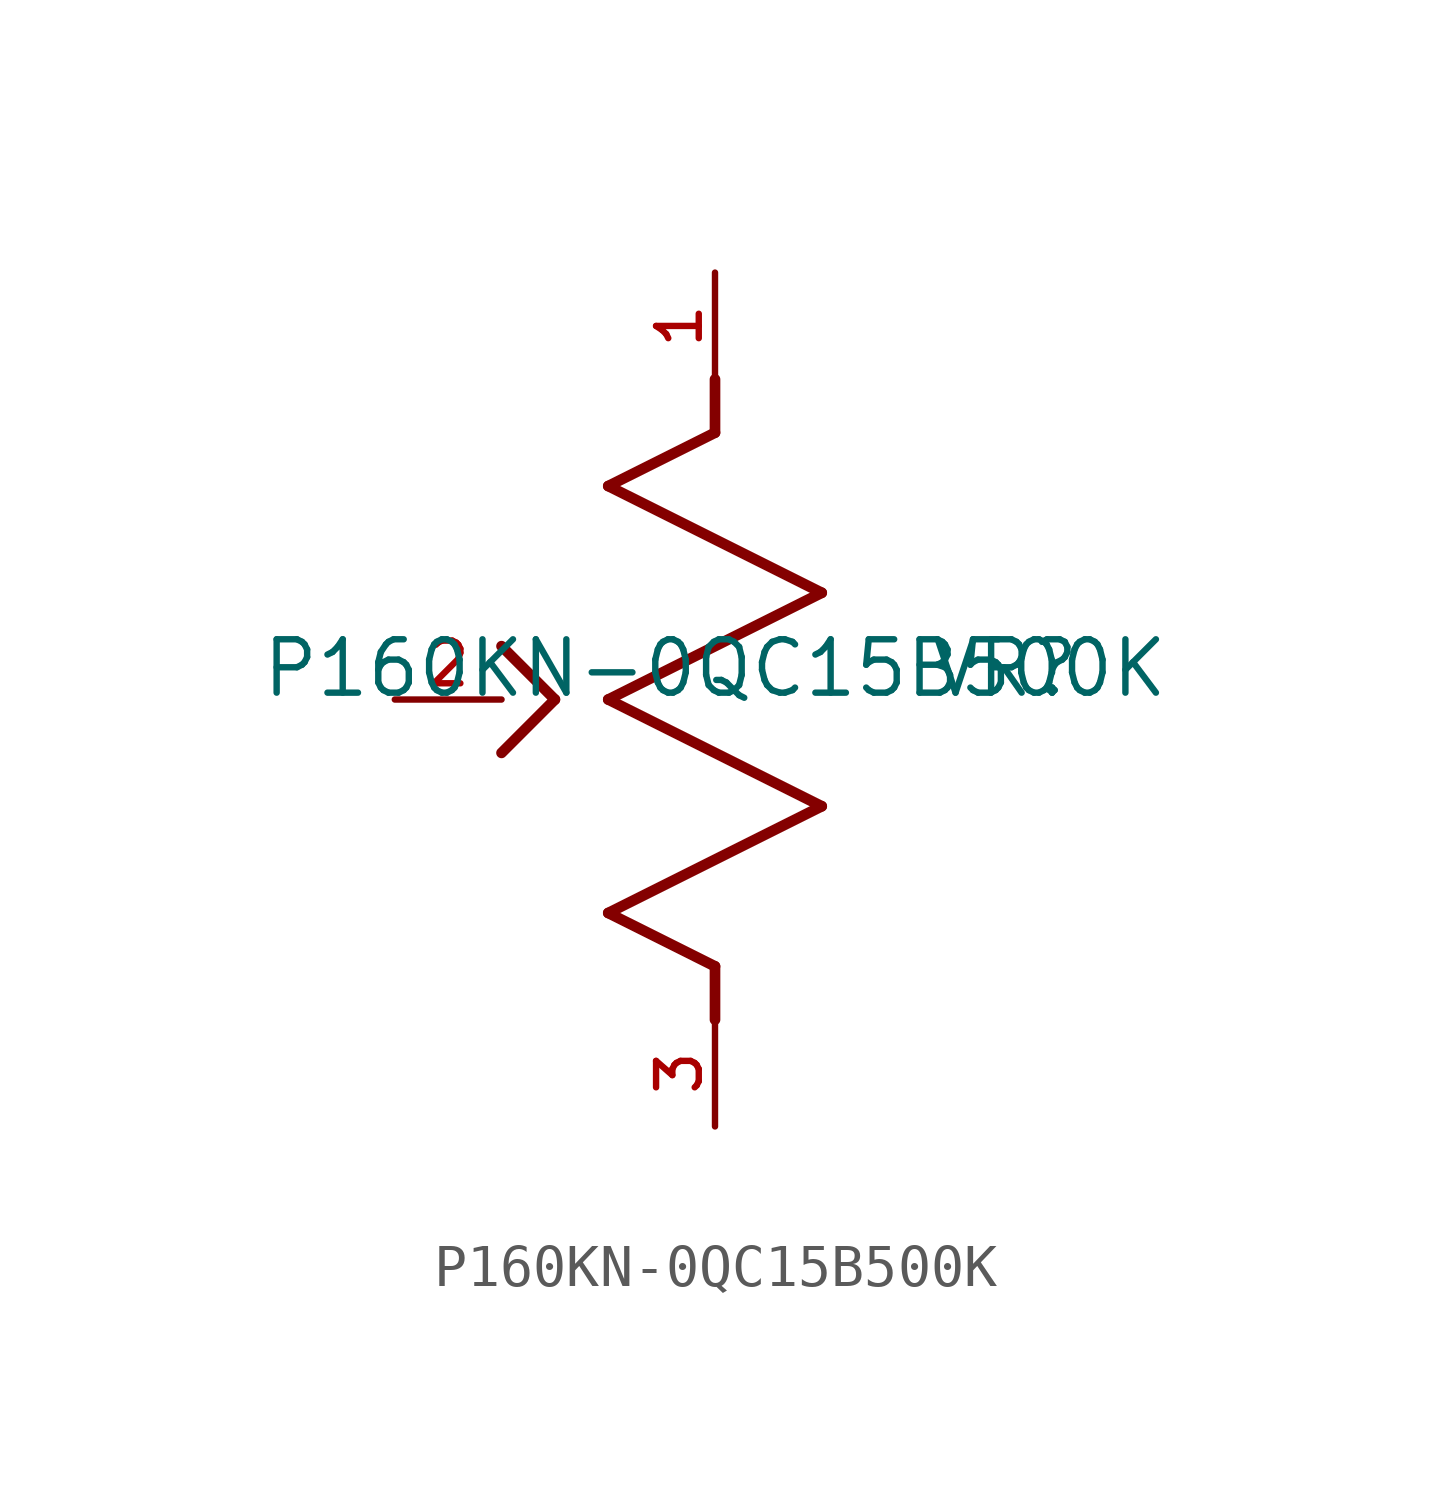
<source format=kicad_sym>
(kicad_symbol_lib
  (version 20241209)
  (generator "kicad_symbol_editor")
  (generator_version "9.0")
  (symbol "P160KN-0QC15B500K"
    (pin_names
      (offset 1.016))
    (property "Reference" "VR"
      (at 5.08 0 0)
      (effects (font (size 1.27 1.27)) (justify left bottom)))
    (property "Value" "P160KN-0QC15B500K"
      (at 0 0 0)
      (effects (font (size 1.27 1.27)) (justify bottom)))
    (symbol "P160KN-0QC15B500K_0_0"
      (polyline (pts (xy -5.08 1.27) (xy -3.81 0)) (stroke (width 0.254) (type default)) (fill (type none)))
      (polyline (pts (xy -3.81 0) (xy -5.08 -1.27)) (stroke (width 0.254) (type default)) (fill (type none)))
      (polyline (pts (xy -2.54 5.08) (xy 0 6.35)) (stroke (width 0.254) (type default)) (fill (type none)))
      (polyline (pts (xy -2.54 0) (xy 2.54 2.54)) (stroke (width 0.254) (type default)) (fill (type none)))
      (polyline (pts (xy -2.54 0) (xy 2.54 -2.54)) (stroke (width 0.254) (type default)) (fill (type none)))
      (polyline (pts (xy -2.54 -5.08) (xy 0 -6.35)) (stroke (width 0.254) (type default)) (fill (type none)))
      (polyline (pts (xy 0 6.35) (xy 0 7.62)) (stroke (width 0.254) (type default)) (fill (type none)))
      (polyline (pts (xy 0 -6.35) (xy 0 -7.62)) (stroke (width 0.254) (type default)) (fill (type none)))
      (polyline (pts (xy 2.54 2.54) (xy -2.54 5.08)) (stroke (width 0.254) (type default)) (fill (type none)))
      (polyline (pts (xy 2.54 -2.54) (xy -2.54 -5.08)) (stroke (width 0.254) (type default)) (fill (type none)))
      (pin bidirectional line (at -7.62 0 0) (length 2.54) (name "~" (effects (font (size 1.016 1.016)))) (number "2" (effects (font (size 1.016 1.016)))))
      (pin bidirectional line (at 0 10.16 270) (length 2.54) (name "~" (effects (font (size 1.016 1.016)))) (number "1" (effects (font (size 1.016 1.016)))))
      (pin bidirectional line (at 0 -10.16 90) (length 2.54) (name "~" (effects (font (size 1.016 1.016)))) (number "3" (effects (font (size 1.016 1.016))))))))
</source>
